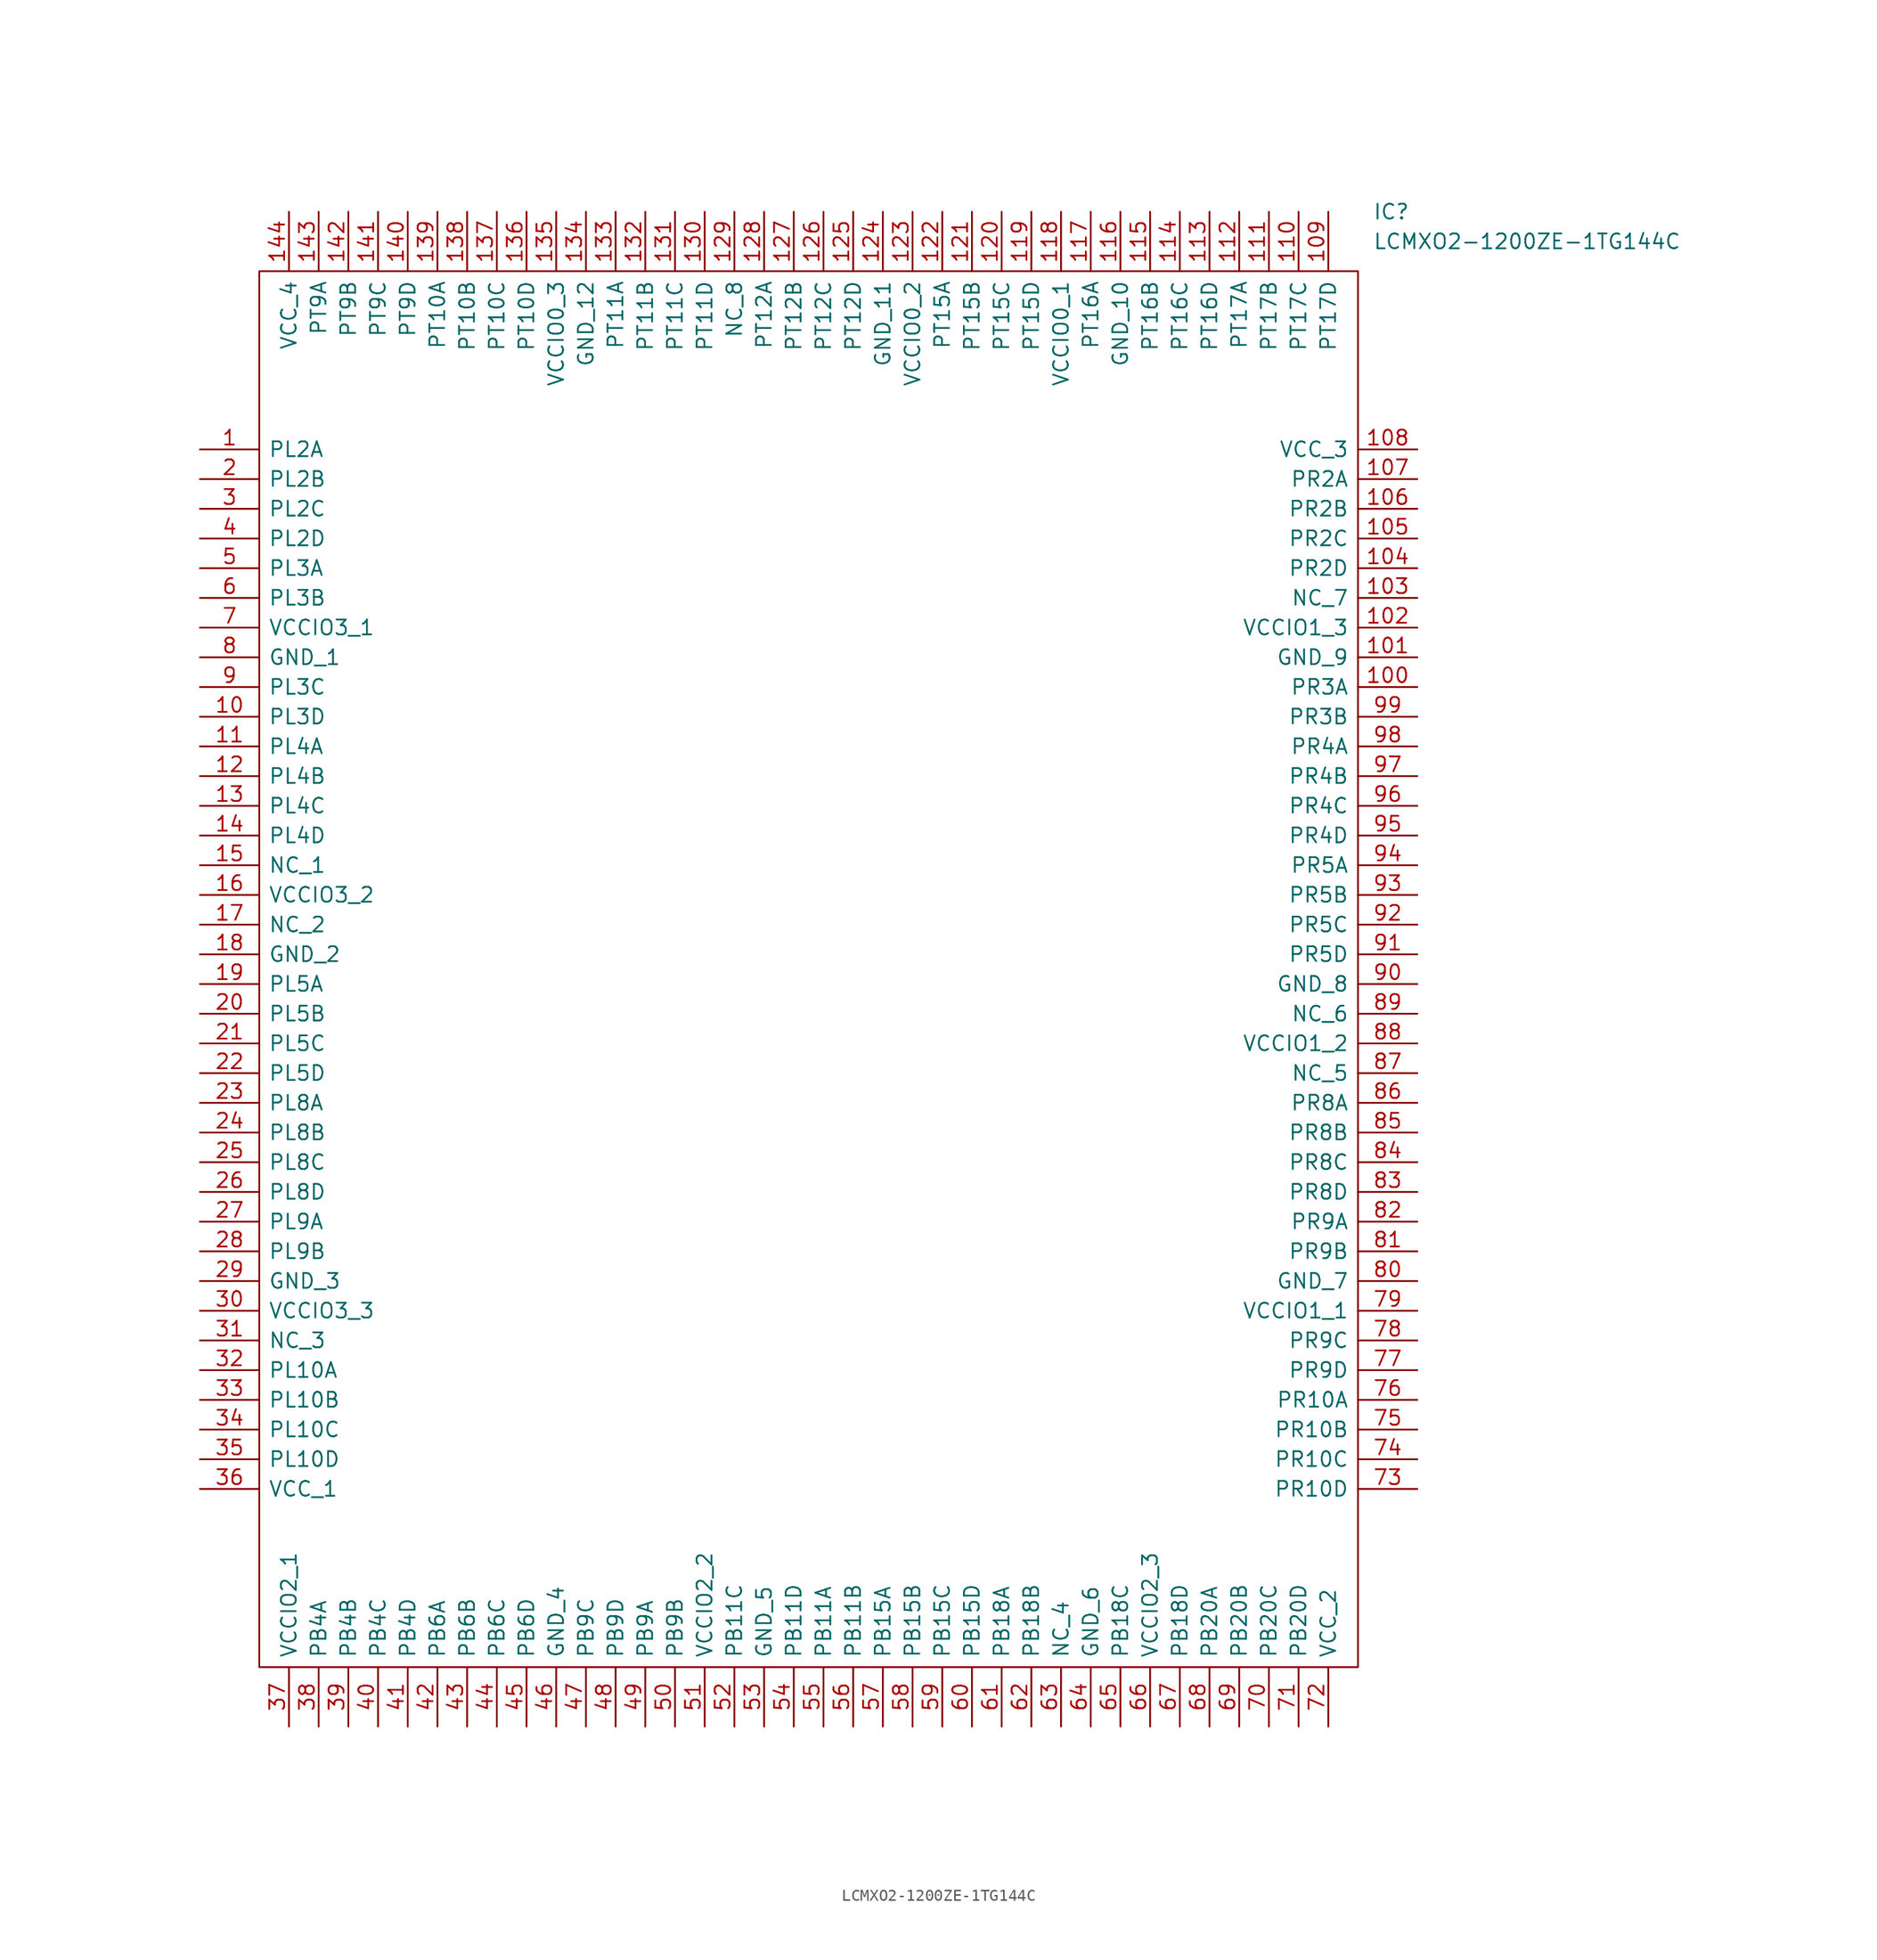
<source format=kicad_sym>
(kicad_symbol_lib
  (version 20220914)
  (generator kicad_symbol_editor)
  (symbol "LCMXO2-1200ZE-1TG144C"
    (pin_names
      (offset 0.762))
    (property "Reference" "IC"
      (at 100.33 20.32 0)
      (effects (font (size 1.27 1.27)) (justify left)))
    (property "Value" "LCMXO2-1200ZE-1TG144C"
      (at 100.33 17.78 0)
      (effects (font (size 1.27 1.27)) (justify left)))
    (symbol "LCMXO2-1200ZE-1TG144C_0_0"
      (pin passive line (at 0 0 0) (length 5.08) (name "PL2A" (effects (font (size 1.27 1.27)))) (number "1" (effects (font (size 1.27 1.27)))))
      (pin passive line (at 0 -22.86 0) (length 5.08) (name "PL3D" (effects (font (size 1.27 1.27)))) (number "10" (effects (font (size 1.27 1.27)))))
      (pin passive line (at 104.14 -20.32 180) (length 5.08) (name "PR3A" (effects (font (size 1.27 1.27)))) (number "100" (effects (font (size 1.27 1.27)))))
      (pin passive line (at 104.14 -17.78 180) (length 5.08) (name "GND_9" (effects (font (size 1.27 1.27)))) (number "101" (effects (font (size 1.27 1.27)))))
      (pin passive line (at 104.14 -15.24 180) (length 5.08) (name "VCCIO1_3" (effects (font (size 1.27 1.27)))) (number "102" (effects (font (size 1.27 1.27)))))
      (pin passive line (at 104.14 -12.7 180) (length 5.08) (name "NC_7" (effects (font (size 1.27 1.27)))) (number "103" (effects (font (size 1.27 1.27)))))
      (pin passive line (at 104.14 -10.16 180) (length 5.08) (name "PR2D" (effects (font (size 1.27 1.27)))) (number "104" (effects (font (size 1.27 1.27)))))
      (pin passive line (at 104.14 -7.62 180) (length 5.08) (name "PR2C" (effects (font (size 1.27 1.27)))) (number "105" (effects (font (size 1.27 1.27)))))
      (pin passive line (at 104.14 -5.08 180) (length 5.08) (name "PR2B" (effects (font (size 1.27 1.27)))) (number "106" (effects (font (size 1.27 1.27)))))
      (pin passive line (at 104.14 -2.54 180) (length 5.08) (name "PR2A" (effects (font (size 1.27 1.27)))) (number "107" (effects (font (size 1.27 1.27)))))
      (pin passive line (at 104.14 0 180) (length 5.08) (name "VCC_3" (effects (font (size 1.27 1.27)))) (number "108" (effects (font (size 1.27 1.27)))))
      (pin passive line (at 96.52 20.32 270) (length 5.08) (name "PT17D" (effects (font (size 1.27 1.27)))) (number "109" (effects (font (size 1.27 1.27)))))
      (pin passive line (at 0 -25.4 0) (length 5.08) (name "PL4A" (effects (font (size 1.27 1.27)))) (number "11" (effects (font (size 1.27 1.27)))))
      (pin passive line (at 93.98 20.32 270) (length 5.08) (name "PT17C" (effects (font (size 1.27 1.27)))) (number "110" (effects (font (size 1.27 1.27)))))
      (pin passive line (at 91.44 20.32 270) (length 5.08) (name "PT17B" (effects (font (size 1.27 1.27)))) (number "111" (effects (font (size 1.27 1.27)))))
      (pin passive line (at 88.9 20.32 270) (length 5.08) (name "PT17A" (effects (font (size 1.27 1.27)))) (number "112" (effects (font (size 1.27 1.27)))))
      (pin passive line (at 86.36 20.32 270) (length 5.08) (name "PT16D" (effects (font (size 1.27 1.27)))) (number "113" (effects (font (size 1.27 1.27)))))
      (pin passive line (at 83.82 20.32 270) (length 5.08) (name "PT16C" (effects (font (size 1.27 1.27)))) (number "114" (effects (font (size 1.27 1.27)))))
      (pin passive line (at 81.28 20.32 270) (length 5.08) (name "PT16B" (effects (font (size 1.27 1.27)))) (number "115" (effects (font (size 1.27 1.27)))))
      (pin passive line (at 78.74 20.32 270) (length 5.08) (name "GND_10" (effects (font (size 1.27 1.27)))) (number "116" (effects (font (size 1.27 1.27)))))
      (pin passive line (at 76.2 20.32 270) (length 5.08) (name "PT16A" (effects (font (size 1.27 1.27)))) (number "117" (effects (font (size 1.27 1.27)))))
      (pin passive line (at 73.66 20.32 270) (length 5.08) (name "VCCIO0_1" (effects (font (size 1.27 1.27)))) (number "118" (effects (font (size 1.27 1.27)))))
      (pin passive line (at 71.12 20.32 270) (length 5.08) (name "PT15D" (effects (font (size 1.27 1.27)))) (number "119" (effects (font (size 1.27 1.27)))))
      (pin passive line (at 0 -27.94 0) (length 5.08) (name "PL4B" (effects (font (size 1.27 1.27)))) (number "12" (effects (font (size 1.27 1.27)))))
      (pin passive line (at 68.58 20.32 270) (length 5.08) (name "PT15C" (effects (font (size 1.27 1.27)))) (number "120" (effects (font (size 1.27 1.27)))))
      (pin passive line (at 66.04 20.32 270) (length 5.08) (name "PT15B" (effects (font (size 1.27 1.27)))) (number "121" (effects (font (size 1.27 1.27)))))
      (pin passive line (at 63.5 20.32 270) (length 5.08) (name "PT15A" (effects (font (size 1.27 1.27)))) (number "122" (effects (font (size 1.27 1.27)))))
      (pin passive line (at 60.96 20.32 270) (length 5.08) (name "VCCIO0_2" (effects (font (size 1.27 1.27)))) (number "123" (effects (font (size 1.27 1.27)))))
      (pin passive line (at 58.42 20.32 270) (length 5.08) (name "GND_11" (effects (font (size 1.27 1.27)))) (number "124" (effects (font (size 1.27 1.27)))))
      (pin passive line (at 55.88 20.32 270) (length 5.08) (name "PT12D" (effects (font (size 1.27 1.27)))) (number "125" (effects (font (size 1.27 1.27)))))
      (pin passive line (at 53.34 20.32 270) (length 5.08) (name "PT12C" (effects (font (size 1.27 1.27)))) (number "126" (effects (font (size 1.27 1.27)))))
      (pin passive line (at 50.8 20.32 270) (length 5.08) (name "PT12B" (effects (font (size 1.27 1.27)))) (number "127" (effects (font (size 1.27 1.27)))))
      (pin passive line (at 48.26 20.32 270) (length 5.08) (name "PT12A" (effects (font (size 1.27 1.27)))) (number "128" (effects (font (size 1.27 1.27)))))
      (pin passive line (at 45.72 20.32 270) (length 5.08) (name "NC_8" (effects (font (size 1.27 1.27)))) (number "129" (effects (font (size 1.27 1.27)))))
      (pin passive line (at 0 -30.48 0) (length 5.08) (name "PL4C" (effects (font (size 1.27 1.27)))) (number "13" (effects (font (size 1.27 1.27)))))
      (pin passive line (at 43.18 20.32 270) (length 5.08) (name "PT11D" (effects (font (size 1.27 1.27)))) (number "130" (effects (font (size 1.27 1.27)))))
      (pin passive line (at 40.64 20.32 270) (length 5.08) (name "PT11C" (effects (font (size 1.27 1.27)))) (number "131" (effects (font (size 1.27 1.27)))))
      (pin passive line (at 38.1 20.32 270) (length 5.08) (name "PT11B" (effects (font (size 1.27 1.27)))) (number "132" (effects (font (size 1.27 1.27)))))
      (pin passive line (at 35.56 20.32 270) (length 5.08) (name "PT11A" (effects (font (size 1.27 1.27)))) (number "133" (effects (font (size 1.27 1.27)))))
      (pin passive line (at 33.02 20.32 270) (length 5.08) (name "GND_12" (effects (font (size 1.27 1.27)))) (number "134" (effects (font (size 1.27 1.27)))))
      (pin passive line (at 30.48 20.32 270) (length 5.08) (name "VCCIO0_3" (effects (font (size 1.27 1.27)))) (number "135" (effects (font (size 1.27 1.27)))))
      (pin passive line (at 27.94 20.32 270) (length 5.08) (name "PT10D" (effects (font (size 1.27 1.27)))) (number "136" (effects (font (size 1.27 1.27)))))
      (pin passive line (at 25.4 20.32 270) (length 5.08) (name "PT10C" (effects (font (size 1.27 1.27)))) (number "137" (effects (font (size 1.27 1.27)))))
      (pin passive line (at 22.86 20.32 270) (length 5.08) (name "PT10B" (effects (font (size 1.27 1.27)))) (number "138" (effects (font (size 1.27 1.27)))))
      (pin passive line (at 20.32 20.32 270) (length 5.08) (name "PT10A" (effects (font (size 1.27 1.27)))) (number "139" (effects (font (size 1.27 1.27)))))
      (pin passive line (at 0 -33.02 0) (length 5.08) (name "PL4D" (effects (font (size 1.27 1.27)))) (number "14" (effects (font (size 1.27 1.27)))))
      (pin passive line (at 17.78 20.32 270) (length 5.08) (name "PT9D" (effects (font (size 1.27 1.27)))) (number "140" (effects (font (size 1.27 1.27)))))
      (pin passive line (at 15.24 20.32 270) (length 5.08) (name "PT9C" (effects (font (size 1.27 1.27)))) (number "141" (effects (font (size 1.27 1.27)))))
      (pin passive line (at 12.7 20.32 270) (length 5.08) (name "PT9B" (effects (font (size 1.27 1.27)))) (number "142" (effects (font (size 1.27 1.27)))))
      (pin passive line (at 10.16 20.32 270) (length 5.08) (name "PT9A" (effects (font (size 1.27 1.27)))) (number "143" (effects (font (size 1.27 1.27)))))
      (pin passive line (at 7.62 20.32 270) (length 5.08) (name "VCC_4" (effects (font (size 1.27 1.27)))) (number "144" (effects (font (size 1.27 1.27)))))
      (pin passive line (at 0 -35.56 0) (length 5.08) (name "NC_1" (effects (font (size 1.27 1.27)))) (number "15" (effects (font (size 1.27 1.27)))))
      (pin passive line (at 0 -38.1 0) (length 5.08) (name "VCCIO3_2" (effects (font (size 1.27 1.27)))) (number "16" (effects (font (size 1.27 1.27)))))
      (pin passive line (at 0 -40.64 0) (length 5.08) (name "NC_2" (effects (font (size 1.27 1.27)))) (number "17" (effects (font (size 1.27 1.27)))))
      (pin passive line (at 0 -43.18 0) (length 5.08) (name "GND_2" (effects (font (size 1.27 1.27)))) (number "18" (effects (font (size 1.27 1.27)))))
      (pin passive line (at 0 -45.72 0) (length 5.08) (name "PL5A" (effects (font (size 1.27 1.27)))) (number "19" (effects (font (size 1.27 1.27)))))
      (pin passive line (at 0 -2.54 0) (length 5.08) (name "PL2B" (effects (font (size 1.27 1.27)))) (number "2" (effects (font (size 1.27 1.27)))))
      (pin passive line (at 0 -48.26 0) (length 5.08) (name "PL5B" (effects (font (size 1.27 1.27)))) (number "20" (effects (font (size 1.27 1.27)))))
      (pin passive line (at 0 -50.8 0) (length 5.08) (name "PL5C" (effects (font (size 1.27 1.27)))) (number "21" (effects (font (size 1.27 1.27)))))
      (pin passive line (at 0 -53.34 0) (length 5.08) (name "PL5D" (effects (font (size 1.27 1.27)))) (number "22" (effects (font (size 1.27 1.27)))))
      (pin passive line (at 0 -55.88 0) (length 5.08) (name "PL8A" (effects (font (size 1.27 1.27)))) (number "23" (effects (font (size 1.27 1.27)))))
      (pin passive line (at 0 -58.42 0) (length 5.08) (name "PL8B" (effects (font (size 1.27 1.27)))) (number "24" (effects (font (size 1.27 1.27)))))
      (pin passive line (at 0 -60.96 0) (length 5.08) (name "PL8C" (effects (font (size 1.27 1.27)))) (number "25" (effects (font (size 1.27 1.27)))))
      (pin passive line (at 0 -63.5 0) (length 5.08) (name "PL8D" (effects (font (size 1.27 1.27)))) (number "26" (effects (font (size 1.27 1.27)))))
      (pin passive line (at 0 -66.04 0) (length 5.08) (name "PL9A" (effects (font (size 1.27 1.27)))) (number "27" (effects (font (size 1.27 1.27)))))
      (pin passive line (at 0 -68.58 0) (length 5.08) (name "PL9B" (effects (font (size 1.27 1.27)))) (number "28" (effects (font (size 1.27 1.27)))))
      (pin passive line (at 0 -71.12 0) (length 5.08) (name "GND_3" (effects (font (size 1.27 1.27)))) (number "29" (effects (font (size 1.27 1.27)))))
      (pin passive line (at 0 -5.08 0) (length 5.08) (name "PL2C" (effects (font (size 1.27 1.27)))) (number "3" (effects (font (size 1.27 1.27)))))
      (pin passive line (at 0 -73.66 0) (length 5.08) (name "VCCIO3_3" (effects (font (size 1.27 1.27)))) (number "30" (effects (font (size 1.27 1.27)))))
      (pin passive line (at 0 -76.2 0) (length 5.08) (name "NC_3" (effects (font (size 1.27 1.27)))) (number "31" (effects (font (size 1.27 1.27)))))
      (pin passive line (at 0 -78.74 0) (length 5.08) (name "PL10A" (effects (font (size 1.27 1.27)))) (number "32" (effects (font (size 1.27 1.27)))))
      (pin passive line (at 0 -81.28 0) (length 5.08) (name "PL10B" (effects (font (size 1.27 1.27)))) (number "33" (effects (font (size 1.27 1.27)))))
      (pin passive line (at 0 -83.82 0) (length 5.08) (name "PL10C" (effects (font (size 1.27 1.27)))) (number "34" (effects (font (size 1.27 1.27)))))
      (pin passive line (at 0 -86.36 0) (length 5.08) (name "PL10D" (effects (font (size 1.27 1.27)))) (number "35" (effects (font (size 1.27 1.27)))))
      (pin passive line (at 0 -88.9 0) (length 5.08) (name "VCC_1" (effects (font (size 1.27 1.27)))) (number "36" (effects (font (size 1.27 1.27)))))
      (pin passive line (at 7.62 -109.22 90) (length 5.08) (name "VCCIO2_1" (effects (font (size 1.27 1.27)))) (number "37" (effects (font (size 1.27 1.27)))))
      (pin passive line (at 10.16 -109.22 90) (length 5.08) (name "PB4A" (effects (font (size 1.27 1.27)))) (number "38" (effects (font (size 1.27 1.27)))))
      (pin passive line (at 12.7 -109.22 90) (length 5.08) (name "PB4B" (effects (font (size 1.27 1.27)))) (number "39" (effects (font (size 1.27 1.27)))))
      (pin passive line (at 0 -7.62 0) (length 5.08) (name "PL2D" (effects (font (size 1.27 1.27)))) (number "4" (effects (font (size 1.27 1.27)))))
      (pin passive line (at 15.24 -109.22 90) (length 5.08) (name "PB4C" (effects (font (size 1.27 1.27)))) (number "40" (effects (font (size 1.27 1.27)))))
      (pin passive line (at 17.78 -109.22 90) (length 5.08) (name "PB4D" (effects (font (size 1.27 1.27)))) (number "41" (effects (font (size 1.27 1.27)))))
      (pin passive line (at 20.32 -109.22 90) (length 5.08) (name "PB6A" (effects (font (size 1.27 1.27)))) (number "42" (effects (font (size 1.27 1.27)))))
      (pin passive line (at 22.86 -109.22 90) (length 5.08) (name "PB6B" (effects (font (size 1.27 1.27)))) (number "43" (effects (font (size 1.27 1.27)))))
      (pin passive line (at 25.4 -109.22 90) (length 5.08) (name "PB6C" (effects (font (size 1.27 1.27)))) (number "44" (effects (font (size 1.27 1.27)))))
      (pin passive line (at 27.94 -109.22 90) (length 5.08) (name "PB6D" (effects (font (size 1.27 1.27)))) (number "45" (effects (font (size 1.27 1.27)))))
      (pin passive line (at 30.48 -109.22 90) (length 5.08) (name "GND_4" (effects (font (size 1.27 1.27)))) (number "46" (effects (font (size 1.27 1.27)))))
      (pin passive line (at 33.02 -109.22 90) (length 5.08) (name "PB9C" (effects (font (size 1.27 1.27)))) (number "47" (effects (font (size 1.27 1.27)))))
      (pin passive line (at 35.56 -109.22 90) (length 5.08) (name "PB9D" (effects (font (size 1.27 1.27)))) (number "48" (effects (font (size 1.27 1.27)))))
      (pin passive line (at 38.1 -109.22 90) (length 5.08) (name "PB9A" (effects (font (size 1.27 1.27)))) (number "49" (effects (font (size 1.27 1.27)))))
      (pin passive line (at 0 -10.16 0) (length 5.08) (name "PL3A" (effects (font (size 1.27 1.27)))) (number "5" (effects (font (size 1.27 1.27)))))
      (pin passive line (at 40.64 -109.22 90) (length 5.08) (name "PB9B" (effects (font (size 1.27 1.27)))) (number "50" (effects (font (size 1.27 1.27)))))
      (pin passive line (at 43.18 -109.22 90) (length 5.08) (name "VCCIO2_2" (effects (font (size 1.27 1.27)))) (number "51" (effects (font (size 1.27 1.27)))))
      (pin passive line (at 45.72 -109.22 90) (length 5.08) (name "PB11C" (effects (font (size 1.27 1.27)))) (number "52" (effects (font (size 1.27 1.27)))))
      (pin passive line (at 48.26 -109.22 90) (length 5.08) (name "GND_5" (effects (font (size 1.27 1.27)))) (number "53" (effects (font (size 1.27 1.27)))))
      (pin passive line (at 50.8 -109.22 90) (length 5.08) (name "PB11D" (effects (font (size 1.27 1.27)))) (number "54" (effects (font (size 1.27 1.27)))))
      (pin passive line (at 53.34 -109.22 90) (length 5.08) (name "PB11A" (effects (font (size 1.27 1.27)))) (number "55" (effects (font (size 1.27 1.27)))))
      (pin passive line (at 55.88 -109.22 90) (length 5.08) (name "PB11B" (effects (font (size 1.27 1.27)))) (number "56" (effects (font (size 1.27 1.27)))))
      (pin passive line (at 58.42 -109.22 90) (length 5.08) (name "PB15A" (effects (font (size 1.27 1.27)))) (number "57" (effects (font (size 1.27 1.27)))))
      (pin passive line (at 60.96 -109.22 90) (length 5.08) (name "PB15B" (effects (font (size 1.27 1.27)))) (number "58" (effects (font (size 1.27 1.27)))))
      (pin passive line (at 63.5 -109.22 90) (length 5.08) (name "PB15C" (effects (font (size 1.27 1.27)))) (number "59" (effects (font (size 1.27 1.27)))))
      (pin passive line (at 0 -12.7 0) (length 5.08) (name "PL3B" (effects (font (size 1.27 1.27)))) (number "6" (effects (font (size 1.27 1.27)))))
      (pin passive line (at 66.04 -109.22 90) (length 5.08) (name "PB15D" (effects (font (size 1.27 1.27)))) (number "60" (effects (font (size 1.27 1.27)))))
      (pin passive line (at 68.58 -109.22 90) (length 5.08) (name "PB18A" (effects (font (size 1.27 1.27)))) (number "61" (effects (font (size 1.27 1.27)))))
      (pin passive line (at 71.12 -109.22 90) (length 5.08) (name "PB18B" (effects (font (size 1.27 1.27)))) (number "62" (effects (font (size 1.27 1.27)))))
      (pin passive line (at 73.66 -109.22 90) (length 5.08) (name "NC_4" (effects (font (size 1.27 1.27)))) (number "63" (effects (font (size 1.27 1.27)))))
      (pin passive line (at 76.2 -109.22 90) (length 5.08) (name "GND_6" (effects (font (size 1.27 1.27)))) (number "64" (effects (font (size 1.27 1.27)))))
      (pin passive line (at 78.74 -109.22 90) (length 5.08) (name "PB18C" (effects (font (size 1.27 1.27)))) (number "65" (effects (font (size 1.27 1.27)))))
      (pin passive line (at 81.28 -109.22 90) (length 5.08) (name "VCCIO2_3" (effects (font (size 1.27 1.27)))) (number "66" (effects (font (size 1.27 1.27)))))
      (pin passive line (at 83.82 -109.22 90) (length 5.08) (name "PB18D" (effects (font (size 1.27 1.27)))) (number "67" (effects (font (size 1.27 1.27)))))
      (pin passive line (at 86.36 -109.22 90) (length 5.08) (name "PB20A" (effects (font (size 1.27 1.27)))) (number "68" (effects (font (size 1.27 1.27)))))
      (pin passive line (at 88.9 -109.22 90) (length 5.08) (name "PB20B" (effects (font (size 1.27 1.27)))) (number "69" (effects (font (size 1.27 1.27)))))
      (pin passive line (at 0 -15.24 0) (length 5.08) (name "VCCIO3_1" (effects (font (size 1.27 1.27)))) (number "7" (effects (font (size 1.27 1.27)))))
      (pin passive line (at 91.44 -109.22 90) (length 5.08) (name "PB20C" (effects (font (size 1.27 1.27)))) (number "70" (effects (font (size 1.27 1.27)))))
      (pin passive line (at 93.98 -109.22 90) (length 5.08) (name "PB20D" (effects (font (size 1.27 1.27)))) (number "71" (effects (font (size 1.27 1.27)))))
      (pin passive line (at 96.52 -109.22 90) (length 5.08) (name "VCC_2" (effects (font (size 1.27 1.27)))) (number "72" (effects (font (size 1.27 1.27)))))
      (pin passive line (at 104.14 -88.9 180) (length 5.08) (name "PR10D" (effects (font (size 1.27 1.27)))) (number "73" (effects (font (size 1.27 1.27)))))
      (pin passive line (at 104.14 -86.36 180) (length 5.08) (name "PR10C" (effects (font (size 1.27 1.27)))) (number "74" (effects (font (size 1.27 1.27)))))
      (pin passive line (at 104.14 -83.82 180) (length 5.08) (name "PR10B" (effects (font (size 1.27 1.27)))) (number "75" (effects (font (size 1.27 1.27)))))
      (pin passive line (at 104.14 -81.28 180) (length 5.08) (name "PR10A" (effects (font (size 1.27 1.27)))) (number "76" (effects (font (size 1.27 1.27)))))
      (pin passive line (at 104.14 -78.74 180) (length 5.08) (name "PR9D" (effects (font (size 1.27 1.27)))) (number "77" (effects (font (size 1.27 1.27)))))
      (pin passive line (at 104.14 -76.2 180) (length 5.08) (name "PR9C" (effects (font (size 1.27 1.27)))) (number "78" (effects (font (size 1.27 1.27)))))
      (pin passive line (at 104.14 -73.66 180) (length 5.08) (name "VCCIO1_1" (effects (font (size 1.27 1.27)))) (number "79" (effects (font (size 1.27 1.27)))))
      (pin passive line (at 0 -17.78 0) (length 5.08) (name "GND_1" (effects (font (size 1.27 1.27)))) (number "8" (effects (font (size 1.27 1.27)))))
      (pin passive line (at 104.14 -71.12 180) (length 5.08) (name "GND_7" (effects (font (size 1.27 1.27)))) (number "80" (effects (font (size 1.27 1.27)))))
      (pin passive line (at 104.14 -68.58 180) (length 5.08) (name "PR9B" (effects (font (size 1.27 1.27)))) (number "81" (effects (font (size 1.27 1.27)))))
      (pin passive line (at 104.14 -66.04 180) (length 5.08) (name "PR9A" (effects (font (size 1.27 1.27)))) (number "82" (effects (font (size 1.27 1.27)))))
      (pin passive line (at 104.14 -63.5 180) (length 5.08) (name "PR8D" (effects (font (size 1.27 1.27)))) (number "83" (effects (font (size 1.27 1.27)))))
      (pin passive line (at 104.14 -60.96 180) (length 5.08) (name "PR8C" (effects (font (size 1.27 1.27)))) (number "84" (effects (font (size 1.27 1.27)))))
      (pin passive line (at 104.14 -58.42 180) (length 5.08) (name "PR8B" (effects (font (size 1.27 1.27)))) (number "85" (effects (font (size 1.27 1.27)))))
      (pin passive line (at 104.14 -55.88 180) (length 5.08) (name "PR8A" (effects (font (size 1.27 1.27)))) (number "86" (effects (font (size 1.27 1.27)))))
      (pin passive line (at 104.14 -53.34 180) (length 5.08) (name "NC_5" (effects (font (size 1.27 1.27)))) (number "87" (effects (font (size 1.27 1.27)))))
      (pin passive line (at 104.14 -50.8 180) (length 5.08) (name "VCCIO1_2" (effects (font (size 1.27 1.27)))) (number "88" (effects (font (size 1.27 1.27)))))
      (pin passive line (at 104.14 -48.26 180) (length 5.08) (name "NC_6" (effects (font (size 1.27 1.27)))) (number "89" (effects (font (size 1.27 1.27)))))
      (pin passive line (at 0 -20.32 0) (length 5.08) (name "PL3C" (effects (font (size 1.27 1.27)))) (number "9" (effects (font (size 1.27 1.27)))))
      (pin passive line (at 104.14 -45.72 180) (length 5.08) (name "GND_8" (effects (font (size 1.27 1.27)))) (number "90" (effects (font (size 1.27 1.27)))))
      (pin passive line (at 104.14 -43.18 180) (length 5.08) (name "PR5D" (effects (font (size 1.27 1.27)))) (number "91" (effects (font (size 1.27 1.27)))))
      (pin passive line (at 104.14 -40.64 180) (length 5.08) (name "PR5C" (effects (font (size 1.27 1.27)))) (number "92" (effects (font (size 1.27 1.27)))))
      (pin passive line (at 104.14 -38.1 180) (length 5.08) (name "PR5B" (effects (font (size 1.27 1.27)))) (number "93" (effects (font (size 1.27 1.27)))))
      (pin passive line (at 104.14 -35.56 180) (length 5.08) (name "PR5A" (effects (font (size 1.27 1.27)))) (number "94" (effects (font (size 1.27 1.27)))))
      (pin passive line (at 104.14 -33.02 180) (length 5.08) (name "PR4D" (effects (font (size 1.27 1.27)))) (number "95" (effects (font (size 1.27 1.27)))))
      (pin passive line (at 104.14 -30.48 180) (length 5.08) (name "PR4C" (effects (font (size 1.27 1.27)))) (number "96" (effects (font (size 1.27 1.27)))))
      (pin passive line (at 104.14 -27.94 180) (length 5.08) (name "PR4B" (effects (font (size 1.27 1.27)))) (number "97" (effects (font (size 1.27 1.27)))))
      (pin passive line (at 104.14 -25.4 180) (length 5.08) (name "PR4A" (effects (font (size 1.27 1.27)))) (number "98" (effects (font (size 1.27 1.27)))))
      (pin passive line (at 104.14 -22.86 180) (length 5.08) (name "PR3B" (effects (font (size 1.27 1.27)))) (number "99" (effects (font (size 1.27 1.27))))))
    (symbol "LCMXO2-1200ZE-1TG144C_0_1"
      (polyline (pts (xy 5.08 15.24) (xy 99.06 15.24) (xy 99.06 -104.14) (xy 5.08 -104.14) (xy 5.08 15.24)) (stroke (width 0.152) (type solid)) (fill (type none))))))
</source>
